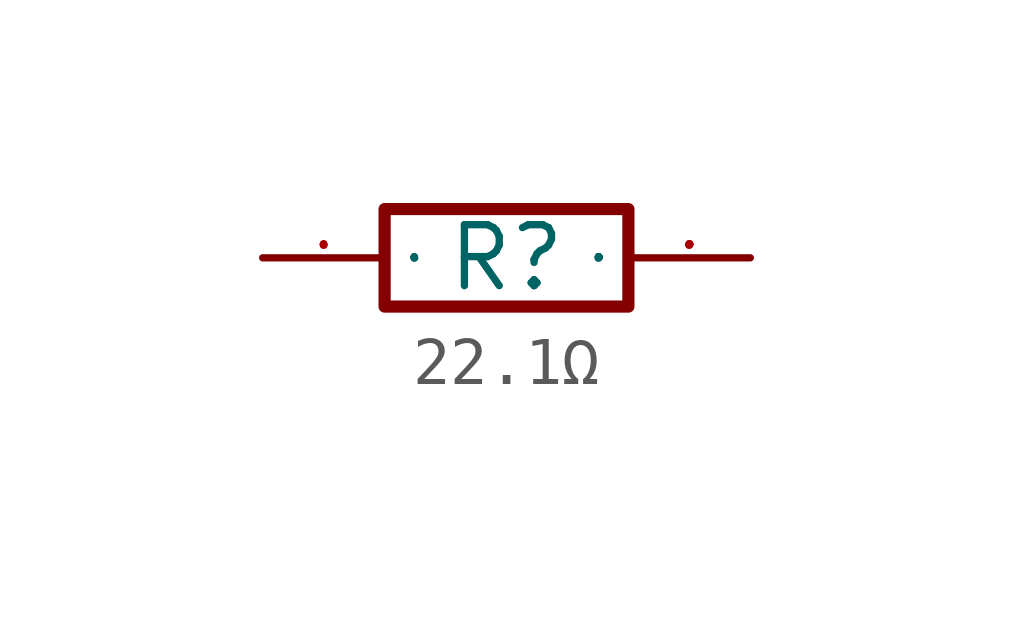
<source format=kicad_sym>
(kicad_symbol_lib
  (version 20241209)
  (generator "kicad_symbol_editor")
  (generator_version "9.0")
  (symbol "22.1Ω"
    (property "Reference" "R"
      (at 0 0 0)
      (effects (font (size 1.27 1.27))))
    (property "Value" ""
      (at 0 0 0)
      (effects (font (size 1.27 1.27))))
    (symbol "22.1Ω_1_0"
      (rectangle (start 2.54 1.016) (end -2.54 -1.016) (stroke (width 0.254) (type default)) (fill (type none)))
      (pin unspecified line (at -5.08 0 0) (length 2.54) (name "1" (effects (font (size 0.025 0.025)))) (number "1" (effects (font (size 0.025 0.025)))))
      (pin unspecified line (at 5.08 0 180) (length 2.54) (name "2" (effects (font (size 0.025 0.025)))) (number "2" (effects (font (size 0.025 0.025))))))))
</source>
